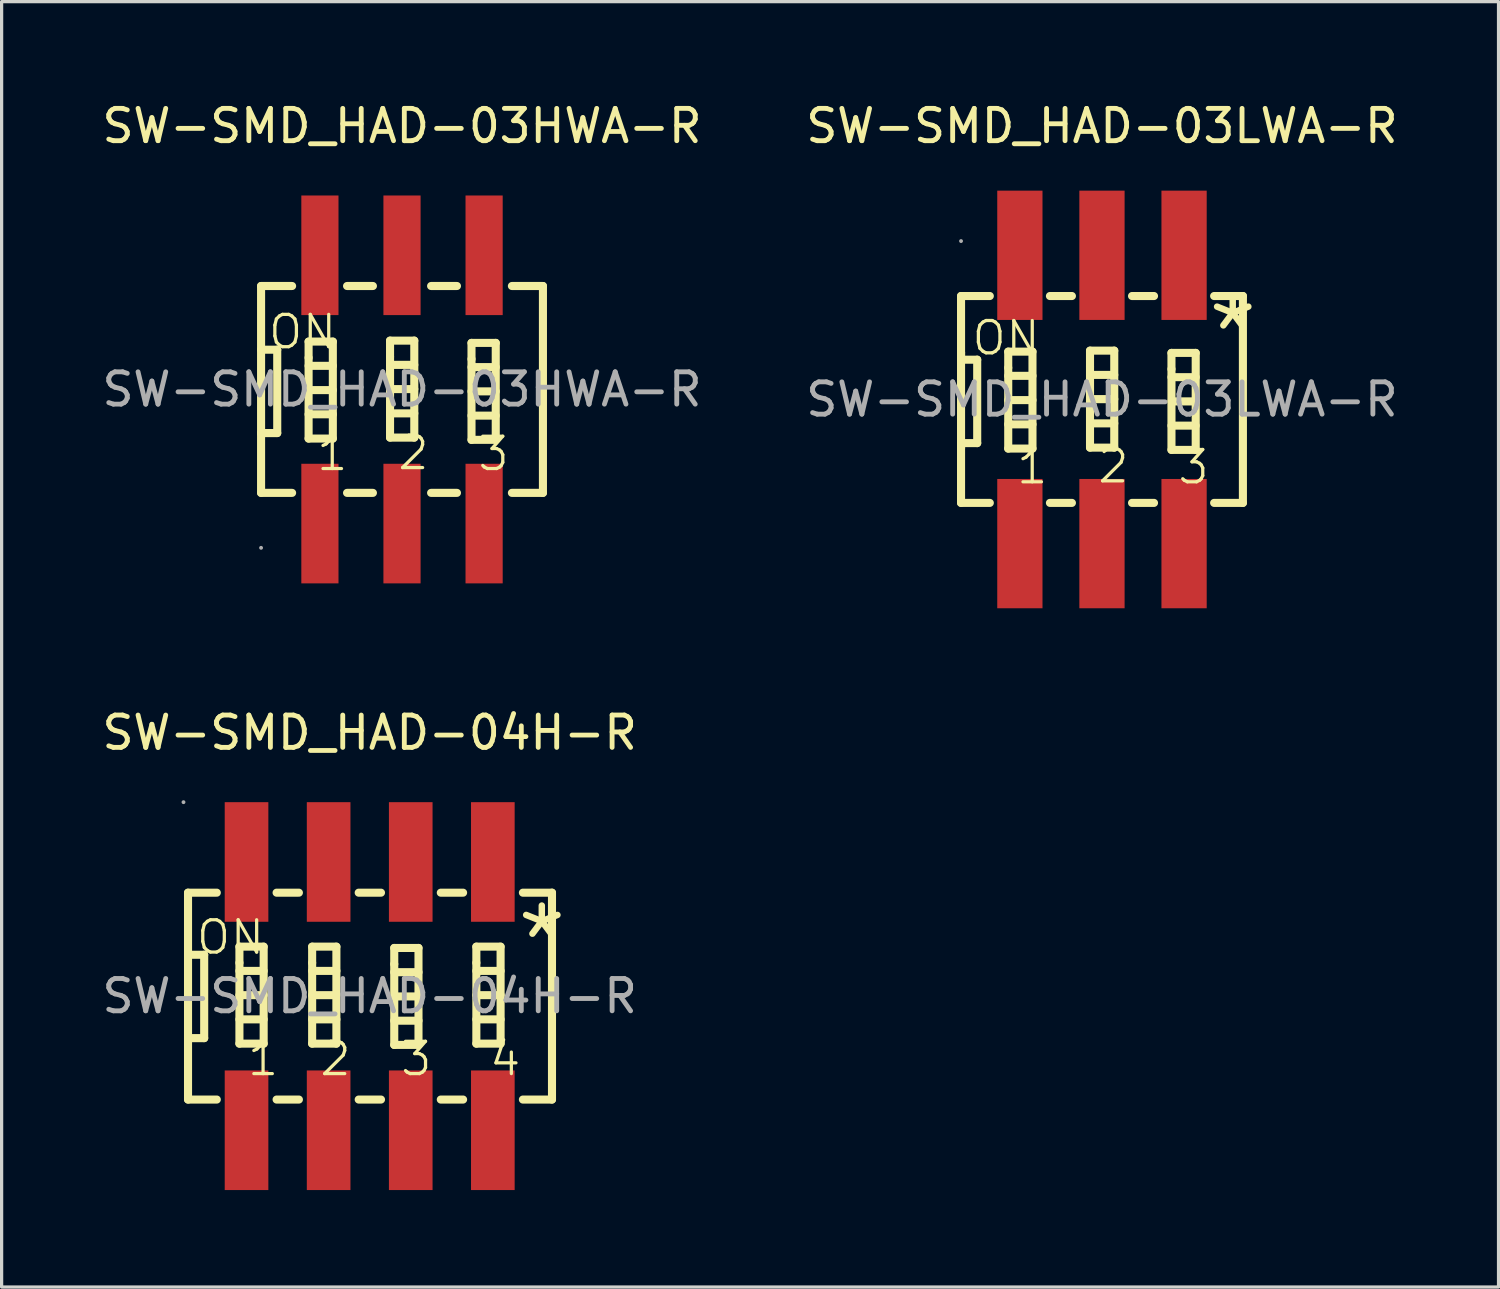
<source format=kicad_pcb>
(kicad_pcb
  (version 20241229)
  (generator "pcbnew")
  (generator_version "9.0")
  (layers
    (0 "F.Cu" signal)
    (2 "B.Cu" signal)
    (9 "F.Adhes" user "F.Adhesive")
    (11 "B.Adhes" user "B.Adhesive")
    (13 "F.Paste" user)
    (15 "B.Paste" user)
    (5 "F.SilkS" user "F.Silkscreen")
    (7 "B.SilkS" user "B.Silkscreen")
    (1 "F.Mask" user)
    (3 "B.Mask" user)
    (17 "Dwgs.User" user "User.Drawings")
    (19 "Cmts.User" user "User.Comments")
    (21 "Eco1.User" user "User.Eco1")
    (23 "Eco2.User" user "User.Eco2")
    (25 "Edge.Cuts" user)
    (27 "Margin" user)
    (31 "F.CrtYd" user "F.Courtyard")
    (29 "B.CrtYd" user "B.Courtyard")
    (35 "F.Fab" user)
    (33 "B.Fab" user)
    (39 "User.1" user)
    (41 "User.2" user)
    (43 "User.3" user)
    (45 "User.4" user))
  (footprint "SW-SMD_HAD-04H-R"
    (layer "F.Cu")
    (at 8.387 27.767)
    (property "Reference" "SW-SMD_HAD-04H-R" (at 0 -8.15 0) (layer "F.SilkS") (effects (font (size 1 1) (thickness 0.15))))
    (attr through_hole)
    (fp_line (start -5.62 -3.2) (end -4.73 -3.2) (stroke (width 0.25) (type solid)) (layer "F.SilkS"))
    (fp_line (start -5.62 -1.28) (end -5.12 -1.28) (stroke (width 0.25) (type solid)) (layer "F.SilkS"))
    (fp_line (start -5.62 1.3) (end -5.62 1.3) (stroke (width 0.25) (type solid)) (layer "F.SilkS"))
    (fp_line (start -5.62 3.2) (end -5.62 -3.2) (stroke (width 0.25) (type solid)) (layer "F.SilkS"))
    (fp_line (start -5.62 3.2) (end -4.73 3.2) (stroke (width 0.25) (type solid)) (layer "F.SilkS"))
    (fp_line (start -5.12 -1.28) (end -5.12 1.3) (stroke (width 0.25) (type solid)) (layer "F.SilkS"))
    (fp_line (start -5.12 1.3) (end -5.62 1.3) (stroke (width 0.25) (type solid)) (layer "F.SilkS"))
    (fp_line (start -4.03 -1.53) (end -3.28 -1.53) (stroke (width 0.25) (type solid)) (layer "F.SilkS"))
    (fp_line (start -4.03 -1.03) (end -4.03 -1.53) (stroke (width 0.25) (type solid)) (layer "F.SilkS"))
    (fp_line (start -4.03 -0.78) (end -3.28 -0.78) (stroke (width 0.25) (type solid)) (layer "F.SilkS"))
    (fp_line (start -4.03 -0.03) (end -3.28 -0.03) (stroke (width 0.25) (type solid)) (layer "F.SilkS"))
    (fp_line (start -4.03 0.72) (end -3.28 0.72) (stroke (width 0.25) (type solid)) (layer "F.SilkS"))
    (fp_line (start -4.03 1.47) (end -4.03 -1.03) (stroke (width 0.25) (type solid)) (layer "F.SilkS"))
    (fp_line (start -3.28 -1.53) (end -3.28 1.47) (stroke (width 0.25) (type solid)) (layer "F.SilkS"))
    (fp_line (start -3.28 1.47) (end -4.03 1.47) (stroke (width 0.25) (type solid)) (layer "F.SilkS"))
    (fp_line (start -2.88 -3.2) (end -2.19 -3.2) (stroke (width 0.25) (type solid)) (layer "F.SilkS"))
    (fp_line (start -2.88 3.2) (end -2.19 3.2) (stroke (width 0.25) (type solid)) (layer "F.SilkS"))
    (fp_line (start -1.78 -1.53) (end -1.03 -1.53) (stroke (width 0.25) (type solid)) (layer "F.SilkS"))
    (fp_line (start -1.78 -1.03) (end -1.78 -1.53) (stroke (width 0.25) (type solid)) (layer "F.SilkS"))
    (fp_line (start -1.78 -0.78) (end -1.03 -0.78) (stroke (width 0.25) (type solid)) (layer "F.SilkS"))
    (fp_line (start -1.78 -0.03) (end -1.03 -0.03) (stroke (width 0.25) (type solid)) (layer "F.SilkS"))
    (fp_line (start -1.78 0.72) (end -1.03 0.72) (stroke (width 0.25) (type solid)) (layer "F.SilkS"))
    (fp_line (start -1.78 1.47) (end -1.78 -1.03) (stroke (width 0.25) (type solid)) (layer "F.SilkS"))
    (fp_line (start -1.03 -1.53) (end -1.03 1.47) (stroke (width 0.25) (type solid)) (layer "F.SilkS"))
    (fp_line (start -1.03 1.47) (end -1.78 1.47) (stroke (width 0.25) (type solid)) (layer "F.SilkS"))
    (fp_line (start -0.34 -3.2) (end 0.35 -3.2) (stroke (width 0.25) (type solid)) (layer "F.SilkS"))
    (fp_line (start -0.34 3.2) (end 0.35 3.2) (stroke (width 0.25) (type solid)) (layer "F.SilkS"))
    (fp_line (start 0.76 -1.49) (end 1.51 -1.49) (stroke (width 0.25) (type solid)) (layer "F.SilkS"))
    (fp_line (start 0.76 -0.99) (end 0.76 -1.49) (stroke (width 0.25) (type solid)) (layer "F.SilkS"))
    (fp_line (start 0.76 -0.74) (end 1.51 -0.74) (stroke (width 0.25) (type solid)) (layer "F.SilkS"))
    (fp_line (start 0.76 0.01) (end 1.51 0.01) (stroke (width 0.25) (type solid)) (layer "F.SilkS"))
    (fp_line (start 0.76 0.76) (end 1.51 0.76) (stroke (width 0.25) (type solid)) (layer "F.SilkS"))
    (fp_line (start 0.76 1.51) (end 0.76 -0.99) (stroke (width 0.25) (type solid)) (layer "F.SilkS"))
    (fp_line (start 1.51 -1.49) (end 1.51 1.51) (stroke (width 0.25) (type solid)) (layer "F.SilkS"))
    (fp_line (start 1.51 1.51) (end 0.76 1.51) (stroke (width 0.25) (type solid)) (layer "F.SilkS"))
    (fp_line (start 2.2 -3.2) (end 2.89 -3.2) (stroke (width 0.25) (type solid)) (layer "F.SilkS"))
    (fp_line (start 2.2 3.2) (end 2.89 3.2) (stroke (width 0.25) (type solid)) (layer "F.SilkS"))
    (fp_line (start 3.3 -1.53) (end 4.05 -1.53) (stroke (width 0.25) (type solid)) (layer "F.SilkS"))
    (fp_line (start 3.3 -1.03) (end 3.3 -1.53) (stroke (width 0.25) (type solid)) (layer "F.SilkS"))
    (fp_line (start 3.3 -0.78) (end 4.05 -0.78) (stroke (width 0.25) (type solid)) (layer "F.SilkS"))
    (fp_line (start 3.3 -0.03) (end 4.05 -0.03) (stroke (width 0.25) (type solid)) (layer "F.SilkS"))
    (fp_line (start 3.3 0.72) (end 4.05 0.72) (stroke (width 0.25) (type solid)) (layer "F.SilkS"))
    (fp_line (start 3.3 1.47) (end 3.3 -1.03) (stroke (width 0.25) (type solid)) (layer "F.SilkS"))
    (fp_line (start 4.05 -1.53) (end 4.05 1.47) (stroke (width 0.25) (type solid)) (layer "F.SilkS"))
    (fp_line (start 4.05 1.47) (end 3.3 1.47) (stroke (width 0.25) (type solid)) (layer "F.SilkS"))
    (fp_line (start 4.74 -3.2) (end 5.64 -3.2) (stroke (width 0.25) (type solid)) (layer "F.SilkS"))
    (fp_line (start 4.74 3.2) (end 5.64 3.2) (stroke (width 0.25) (type solid)) (layer "F.SilkS"))
    (fp_line (start 5.64 3.2) (end 5.64 -3.2) (stroke (width 0.25) (type solid)) (layer "F.SilkS"))
    (fp_circle (center -5.76 -6) (end -5.73 -6) (stroke (width 0.06) (type solid)) (fill no) (layer "F.Fab"))
    (fp_text user "4" (at 3.65 1.94 0) (layer "F.SilkS") (effects (font (size 1 1) (thickness 0.1)) (justify left)))
    (fp_text user "2" (at -1.6 1.94 0) (layer "F.SilkS") (effects (font (size 1 1) (thickness 0.1)) (justify left)))
    (fp_text user "1" (at -3.84 1.94 0) (layer "F.SilkS") (effects (font (size 1 1) (thickness 0.1)) (justify left)))
    (fp_text user "*" (at 4.42 -1.7 0) (layer "F.SilkS") (effects (font (size 2.03 2.03) (thickness 0.2)) (justify left)))
    (fp_text user "3" (at 0.9 1.94 0) (layer "F.SilkS") (effects (font (size 1 1) (thickness 0.1)) (justify left)))
    (fp_text user "ON" (at -5.42 -1.82 0) (layer "F.SilkS") (effects (font (size 1 1) (thickness 0.1)) (justify left)))
    (fp_text user "${REFERENCE}" (at 0 0 0) (layer "F.Fab") (effects (font (size 1 1) (thickness 0.15))))
    (pad "1" smd rect (at -3.81 -4.15) (size 1.35 3.7) (layers "F.Cu" "F.Mask" "F.Paste"))
    (pad "2" smd rect (at -1.27 -4.15) (size 1.35 3.7) (layers "F.Cu" "F.Mask" "F.Paste"))
    (pad "3" smd rect (at 1.27 -4.15) (size 1.35 3.7) (layers "F.Cu" "F.Mask" "F.Paste"))
    (pad "4" smd rect (at 3.81 -4.15) (size 1.35 3.7) (layers "F.Cu" "F.Mask" "F.Paste"))
    (pad "5" smd rect (at 3.81 4.15) (size 1.35 3.7) (layers "F.Cu" "F.Mask" "F.Paste"))
    (pad "6" smd rect (at 1.27 4.15) (size 1.35 3.7) (layers "F.Cu" "F.Mask" "F.Paste"))
    (pad "7" smd rect (at -1.27 4.15) (size 1.35 3.7) (layers "F.Cu" "F.Mask" "F.Paste"))
    (pad "8" smd rect (at -3.81 4.15) (size 1.35 3.7) (layers "F.Cu" "F.Mask" "F.Paste")))
  (footprint "SW-SMD_HAD-03HWA-R"
    (layer "F.Cu")
    (at 9.387 8.998)
    (property "Reference" "SW-SMD_HAD-03HWA-R" (at 0 -8.15 0) (layer "F.SilkS") (effects (font (size 1 1) (thickness 0.15))))
    (attr through_hole)
    (fp_line (start -4.36 -3.2) (end -4.36 3.2) (stroke (width 0.25) (type solid)) (layer "F.SilkS"))
    (fp_line (start -4.36 -3.2) (end -3.4 -3.2) (stroke (width 0.25) (type solid)) (layer "F.SilkS"))
    (fp_line (start -4.36 -1.23) (end -3.86 -1.23) (stroke (width 0.25) (type solid)) (layer "F.SilkS"))
    (fp_line (start -4.36 1.35) (end -4.36 1.35) (stroke (width 0.25) (type solid)) (layer "F.SilkS"))
    (fp_line (start -4.36 3.2) (end -3.4 3.2) (stroke (width 0.25) (type solid)) (layer "F.SilkS"))
    (fp_line (start -3.86 -1.23) (end -3.86 1.35) (stroke (width 0.25) (type solid)) (layer "F.SilkS"))
    (fp_line (start -3.86 1.35) (end -4.36 1.35) (stroke (width 0.25) (type solid)) (layer "F.SilkS"))
    (fp_line (start -2.89 -1.48) (end -2.14 -1.48) (stroke (width 0.25) (type solid)) (layer "F.SilkS"))
    (fp_line (start -2.89 -0.98) (end -2.89 -1.48) (stroke (width 0.25) (type solid)) (layer "F.SilkS"))
    (fp_line (start -2.89 -0.73) (end -2.14 -0.73) (stroke (width 0.25) (type solid)) (layer "F.SilkS"))
    (fp_line (start -2.89 0.02) (end -2.14 0.02) (stroke (width 0.25) (type solid)) (layer "F.SilkS"))
    (fp_line (start -2.89 0.77) (end -2.14 0.77) (stroke (width 0.25) (type solid)) (layer "F.SilkS"))
    (fp_line (start -2.89 1.52) (end -2.89 -0.98) (stroke (width 0.25) (type solid)) (layer "F.SilkS"))
    (fp_line (start -2.14 -1.48) (end -2.14 1.52) (stroke (width 0.25) (type solid)) (layer "F.SilkS"))
    (fp_line (start -2.14 1.52) (end -2.89 1.52) (stroke (width 0.25) (type solid)) (layer "F.SilkS"))
    (fp_line (start -1.7 -3.2) (end -0.9 -3.2) (stroke (width 0.25) (type solid)) (layer "F.SilkS"))
    (fp_line (start -1.7 3.2) (end -0.9 3.2) (stroke (width 0.25) (type solid)) (layer "F.SilkS"))
    (fp_line (start -0.37 -1.51) (end 0.38 -1.51) (stroke (width 0.25) (type solid)) (layer "F.SilkS"))
    (fp_line (start -0.37 -1.01) (end -0.37 -1.51) (stroke (width 0.25) (type solid)) (layer "F.SilkS"))
    (fp_line (start -0.37 -0.76) (end 0.38 -0.76) (stroke (width 0.25) (type solid)) (layer "F.SilkS"))
    (fp_line (start -0.37 -0.01) (end 0.38 -0.01) (stroke (width 0.25) (type solid)) (layer "F.SilkS"))
    (fp_line (start -0.37 0.74) (end 0.38 0.74) (stroke (width 0.25) (type solid)) (layer "F.SilkS"))
    (fp_line (start -0.37 1.49) (end -0.37 -1.01) (stroke (width 0.25) (type solid)) (layer "F.SilkS"))
    (fp_line (start 0.38 -1.51) (end 0.38 1.49) (stroke (width 0.25) (type solid)) (layer "F.SilkS"))
    (fp_line (start 0.38 1.49) (end -0.37 1.49) (stroke (width 0.25) (type solid)) (layer "F.SilkS"))
    (fp_line (start 0.9 -3.2) (end 1.7 -3.2) (stroke (width 0.25) (type solid)) (layer "F.SilkS"))
    (fp_line (start 0.9 3.2) (end 1.7 3.2) (stroke (width 0.25) (type solid)) (layer "F.SilkS"))
    (fp_line (start 2.15 -1.44) (end 2.9 -1.44) (stroke (width 0.25) (type solid)) (layer "F.SilkS"))
    (fp_line (start 2.15 -0.94) (end 2.15 -1.44) (stroke (width 0.25) (type solid)) (layer "F.SilkS"))
    (fp_line (start 2.15 -0.69) (end 2.9 -0.69) (stroke (width 0.25) (type solid)) (layer "F.SilkS"))
    (fp_line (start 2.15 0.06) (end 2.9 0.06) (stroke (width 0.25) (type solid)) (layer "F.SilkS"))
    (fp_line (start 2.15 0.81) (end 2.9 0.81) (stroke (width 0.25) (type solid)) (layer "F.SilkS"))
    (fp_line (start 2.15 1.56) (end 2.15 -0.94) (stroke (width 0.25) (type solid)) (layer "F.SilkS"))
    (fp_line (start 2.9 -1.44) (end 2.9 1.56) (stroke (width 0.25) (type solid)) (layer "F.SilkS"))
    (fp_line (start 2.9 1.56) (end 2.15 1.56) (stroke (width 0.25) (type solid)) (layer "F.SilkS"))
    (fp_line (start 3.4 -3.2) (end 4.36 -3.2) (stroke (width 0.25) (type solid)) (layer "F.SilkS"))
    (fp_line (start 3.4 3.2) (end 4.36 3.2) (stroke (width 0.25) (type solid)) (layer "F.SilkS"))
    (fp_line (start 4.36 -3.2) (end 4.36 3.2) (stroke (width 0.25) (type solid)) (layer "F.SilkS"))
    (fp_circle (center -4.36 4.9) (end -4.33 4.9) (stroke (width 0.06) (type solid)) (fill no) (layer "F.Fab"))
    (fp_text user "2" (at -0.19 1.96 0) (layer "F.SilkS") (effects (font (size 1 1) (thickness 0.1)) (justify left)))
    (fp_text user "ON" (at -4.19 -1.78 0) (layer "F.SilkS") (effects (font (size 1 1) (thickness 0.1)) (justify left)))
    (fp_text user "1" (at -2.7 1.99 0) (layer "F.SilkS") (effects (font (size 1 1) (thickness 0.1)) (justify left)))
    (fp_text user "3" (at 2.29 1.99 0) (layer "F.SilkS") (effects (font (size 1 1) (thickness 0.1)) (justify left)))
    (fp_text user "${REFERENCE}" (at 0 0 0) (layer "F.Fab") (effects (font (size 1 1) (thickness 0.15))))
    (pad "1" smd rect (at -2.54 4.15 180) (size 1.15 3.7) (layers "F.Cu" "F.Mask" "F.Paste"))
    (pad "2" smd rect (at 0 4.15 180) (size 1.15 3.7) (layers "F.Cu" "F.Mask" "F.Paste"))
    (pad "3" smd rect (at 2.54 4.15 180) (size 1.15 3.7) (layers "F.Cu" "F.Mask" "F.Paste"))
    (pad "4" smd rect (at 2.54 -4.15) (size 1.15 3.7) (layers "F.Cu" "F.Mask" "F.Paste"))
    (pad "5" smd rect (at 0 -4.15) (size 1.15 3.7) (layers "F.Cu" "F.Mask" "F.Paste"))
    (pad "6" smd rect (at -2.54 -4.15) (size 1.15 3.7) (layers "F.Cu" "F.Mask" "F.Paste")))
  (footprint "SW-SMD_HAD-03LWA-R"
    (layer "F.Cu")
    (at 31.042 9.308)
    (property "Reference" "SW-SMD_HAD-03LWA-R" (at 0 -8.46 0) (layer "F.SilkS") (effects (font (size 1 1) (thickness 0.15))))
    (attr through_hole)
    (fp_line (start -4.36 -3.2) (end -4.36 -1.23) (stroke (width 0.25) (type solid)) (layer "F.SilkS"))
    (fp_line (start -4.36 -3.2) (end -3.47 -3.2) (stroke (width 0.25) (type solid)) (layer "F.SilkS"))
    (fp_line (start -4.36 -1.45) (end -4.36 -1.45) (stroke (width 0.25) (type solid)) (layer "F.SilkS"))
    (fp_line (start -4.36 -1.45) (end -4.36 1.51) (stroke (width 0.25) (type solid)) (layer "F.SilkS"))
    (fp_line (start -4.36 -1.23) (end -4.36 -1.23) (stroke (width 0.25) (type solid)) (layer "F.SilkS"))
    (fp_line (start -4.36 -1.23) (end -3.86 -1.23) (stroke (width 0.25) (type solid)) (layer "F.SilkS"))
    (fp_line (start -4.36 1.35) (end -4.36 1.35) (stroke (width 0.25) (type solid)) (layer "F.SilkS"))
    (fp_line (start -4.36 3.2) (end -4.36 1.35) (stroke (width 0.25) (type solid)) (layer "F.SilkS"))
    (fp_line (start -3.86 -1.23) (end -3.86 1.35) (stroke (width 0.25) (type solid)) (layer "F.SilkS"))
    (fp_line (start -3.86 1.35) (end -4.36 1.35) (stroke (width 0.25) (type solid)) (layer "F.SilkS"))
    (fp_line (start -3.47 3.2) (end -4.36 3.2) (stroke (width 0.25) (type solid)) (layer "F.SilkS"))
    (fp_line (start -2.9 -1.48) (end -2.15 -1.48) (stroke (width 0.25) (type solid)) (layer "F.SilkS"))
    (fp_line (start -2.9 -0.98) (end -2.9 -1.48) (stroke (width 0.25) (type solid)) (layer "F.SilkS"))
    (fp_line (start -2.9 -0.73) (end -2.15 -0.73) (stroke (width 0.25) (type solid)) (layer "F.SilkS"))
    (fp_line (start -2.9 0.02) (end -2.15 0.02) (stroke (width 0.25) (type solid)) (layer "F.SilkS"))
    (fp_line (start -2.9 0.77) (end -2.15 0.77) (stroke (width 0.25) (type solid)) (layer "F.SilkS"))
    (fp_line (start -2.9 1.52) (end -2.9 -0.98) (stroke (width 0.25) (type solid)) (layer "F.SilkS"))
    (fp_line (start -2.15 -1.48) (end -2.15 1.52) (stroke (width 0.25) (type solid)) (layer "F.SilkS"))
    (fp_line (start -2.15 1.52) (end -2.9 1.52) (stroke (width 0.25) (type solid)) (layer "F.SilkS"))
    (fp_line (start -1.61 -3.2) (end -0.93 -3.2) (stroke (width 0.25) (type solid)) (layer "F.SilkS"))
    (fp_line (start -0.93 3.2) (end -1.61 3.2) (stroke (width 0.25) (type solid)) (layer "F.SilkS"))
    (fp_line (start -0.37 -1.51) (end 0.38 -1.51) (stroke (width 0.25) (type solid)) (layer "F.SilkS"))
    (fp_line (start -0.37 -1.01) (end -0.37 -1.51) (stroke (width 0.25) (type solid)) (layer "F.SilkS"))
    (fp_line (start -0.37 -0.76) (end 0.38 -0.76) (stroke (width 0.25) (type solid)) (layer "F.SilkS"))
    (fp_line (start -0.37 -0.01) (end 0.38 -0.01) (stroke (width 0.25) (type solid)) (layer "F.SilkS"))
    (fp_line (start -0.37 0.74) (end 0.38 0.74) (stroke (width 0.25) (type solid)) (layer "F.SilkS"))
    (fp_line (start -0.37 1.49) (end -0.37 -1.01) (stroke (width 0.25) (type solid)) (layer "F.SilkS"))
    (fp_line (start 0.38 -1.51) (end 0.38 1.49) (stroke (width 0.25) (type solid)) (layer "F.SilkS"))
    (fp_line (start 0.38 1.49) (end -0.37 1.49) (stroke (width 0.25) (type solid)) (layer "F.SilkS"))
    (fp_line (start 0.93 -3.2) (end 1.61 -3.2) (stroke (width 0.25) (type solid)) (layer "F.SilkS"))
    (fp_line (start 1.61 3.2) (end 0.93 3.2) (stroke (width 0.25) (type solid)) (layer "F.SilkS"))
    (fp_line (start 2.15 -1.44) (end 2.9 -1.44) (stroke (width 0.25) (type solid)) (layer "F.SilkS"))
    (fp_line (start 2.15 -0.94) (end 2.15 -1.44) (stroke (width 0.25) (type solid)) (layer "F.SilkS"))
    (fp_line (start 2.15 -0.69) (end 2.9 -0.69) (stroke (width 0.25) (type solid)) (layer "F.SilkS"))
    (fp_line (start 2.15 0.06) (end 2.9 0.06) (stroke (width 0.25) (type solid)) (layer "F.SilkS"))
    (fp_line (start 2.15 0.81) (end 2.9 0.81) (stroke (width 0.25) (type solid)) (layer "F.SilkS"))
    (fp_line (start 2.15 1.56) (end 2.15 -0.94) (stroke (width 0.25) (type solid)) (layer "F.SilkS"))
    (fp_line (start 2.9 -1.44) (end 2.9 1.56) (stroke (width 0.25) (type solid)) (layer "F.SilkS"))
    (fp_line (start 2.9 1.56) (end 2.15 1.56) (stroke (width 0.25) (type solid)) (layer "F.SilkS"))
    (fp_line (start 3.47 -3.2) (end 4.36 -3.2) (stroke (width 0.25) (type solid)) (layer "F.SilkS"))
    (fp_line (start 4.36 -3.2) (end 4.36 3.2) (stroke (width 0.25) (type solid)) (layer "F.SilkS"))
    (fp_line (start 4.36 3.2) (end 3.47 3.2) (stroke (width 0.25) (type solid)) (layer "F.SilkS"))
    (fp_circle (center -4.36 -4.9) (end -4.33 -4.9) (stroke (width 0.06) (type solid)) (fill no) (layer "F.Fab"))
    (fp_text user "ON" (at -4.08 -1.9 0) (layer "F.SilkS") (effects (font (size 1 1) (thickness 0.1)) (justify left)))
    (fp_text user "1" (at -2.7 2.09 0) (layer "F.SilkS") (effects (font (size 1 1) (thickness 0.1)) (justify left)))
    (fp_text user "2" (at -0.19 2.06 0) (layer "F.SilkS") (effects (font (size 1 1) (thickness 0.1)) (justify left)))
    (fp_text user "*" (at 3.14 -2.06 0) (layer "F.SilkS") (effects (font (size 2.03 2.03) (thickness 0.2)) (justify left)))
    (fp_text user "3" (at 2.29 2.09 0) (layer "F.SilkS") (effects (font (size 1 1) (thickness 0.1)) (justify left)))
    (fp_text user "${REFERENCE}" (at 0 0 0) (layer "F.Fab") (effects (font (size 1 1) (thickness 0.15))))
    (pad "1" smd rect (at -2.54 -4.46) (size 1.4 4) (layers "F.Cu" "F.Mask" "F.Paste"))
    (pad "2" smd rect (at 0 -4.46) (size 1.4 4) (layers "F.Cu" "F.Mask" "F.Paste"))
    (pad "3" smd rect (at 2.54 -4.46) (size 1.4 4) (layers "F.Cu" "F.Mask" "F.Paste"))
    (pad "4" smd rect (at -2.54 4.46 180) (size 1.4 4) (layers "F.Cu" "F.Mask" "F.Paste"))
    (pad "5" smd rect (at 0 4.46 180) (size 1.4 4) (layers "F.Cu" "F.Mask" "F.Paste"))
    (pad "6" smd rect (at 2.54 4.46 180) (size 1.4 4) (layers "F.Cu" "F.Mask" "F.Paste")))
  (gr_rect
    (start -3 -3)
    (end 43.31 36.767)
    (stroke (width 0.1) (type default))
    (fill no)
    (layer "Edge.Cuts")))
</source>
